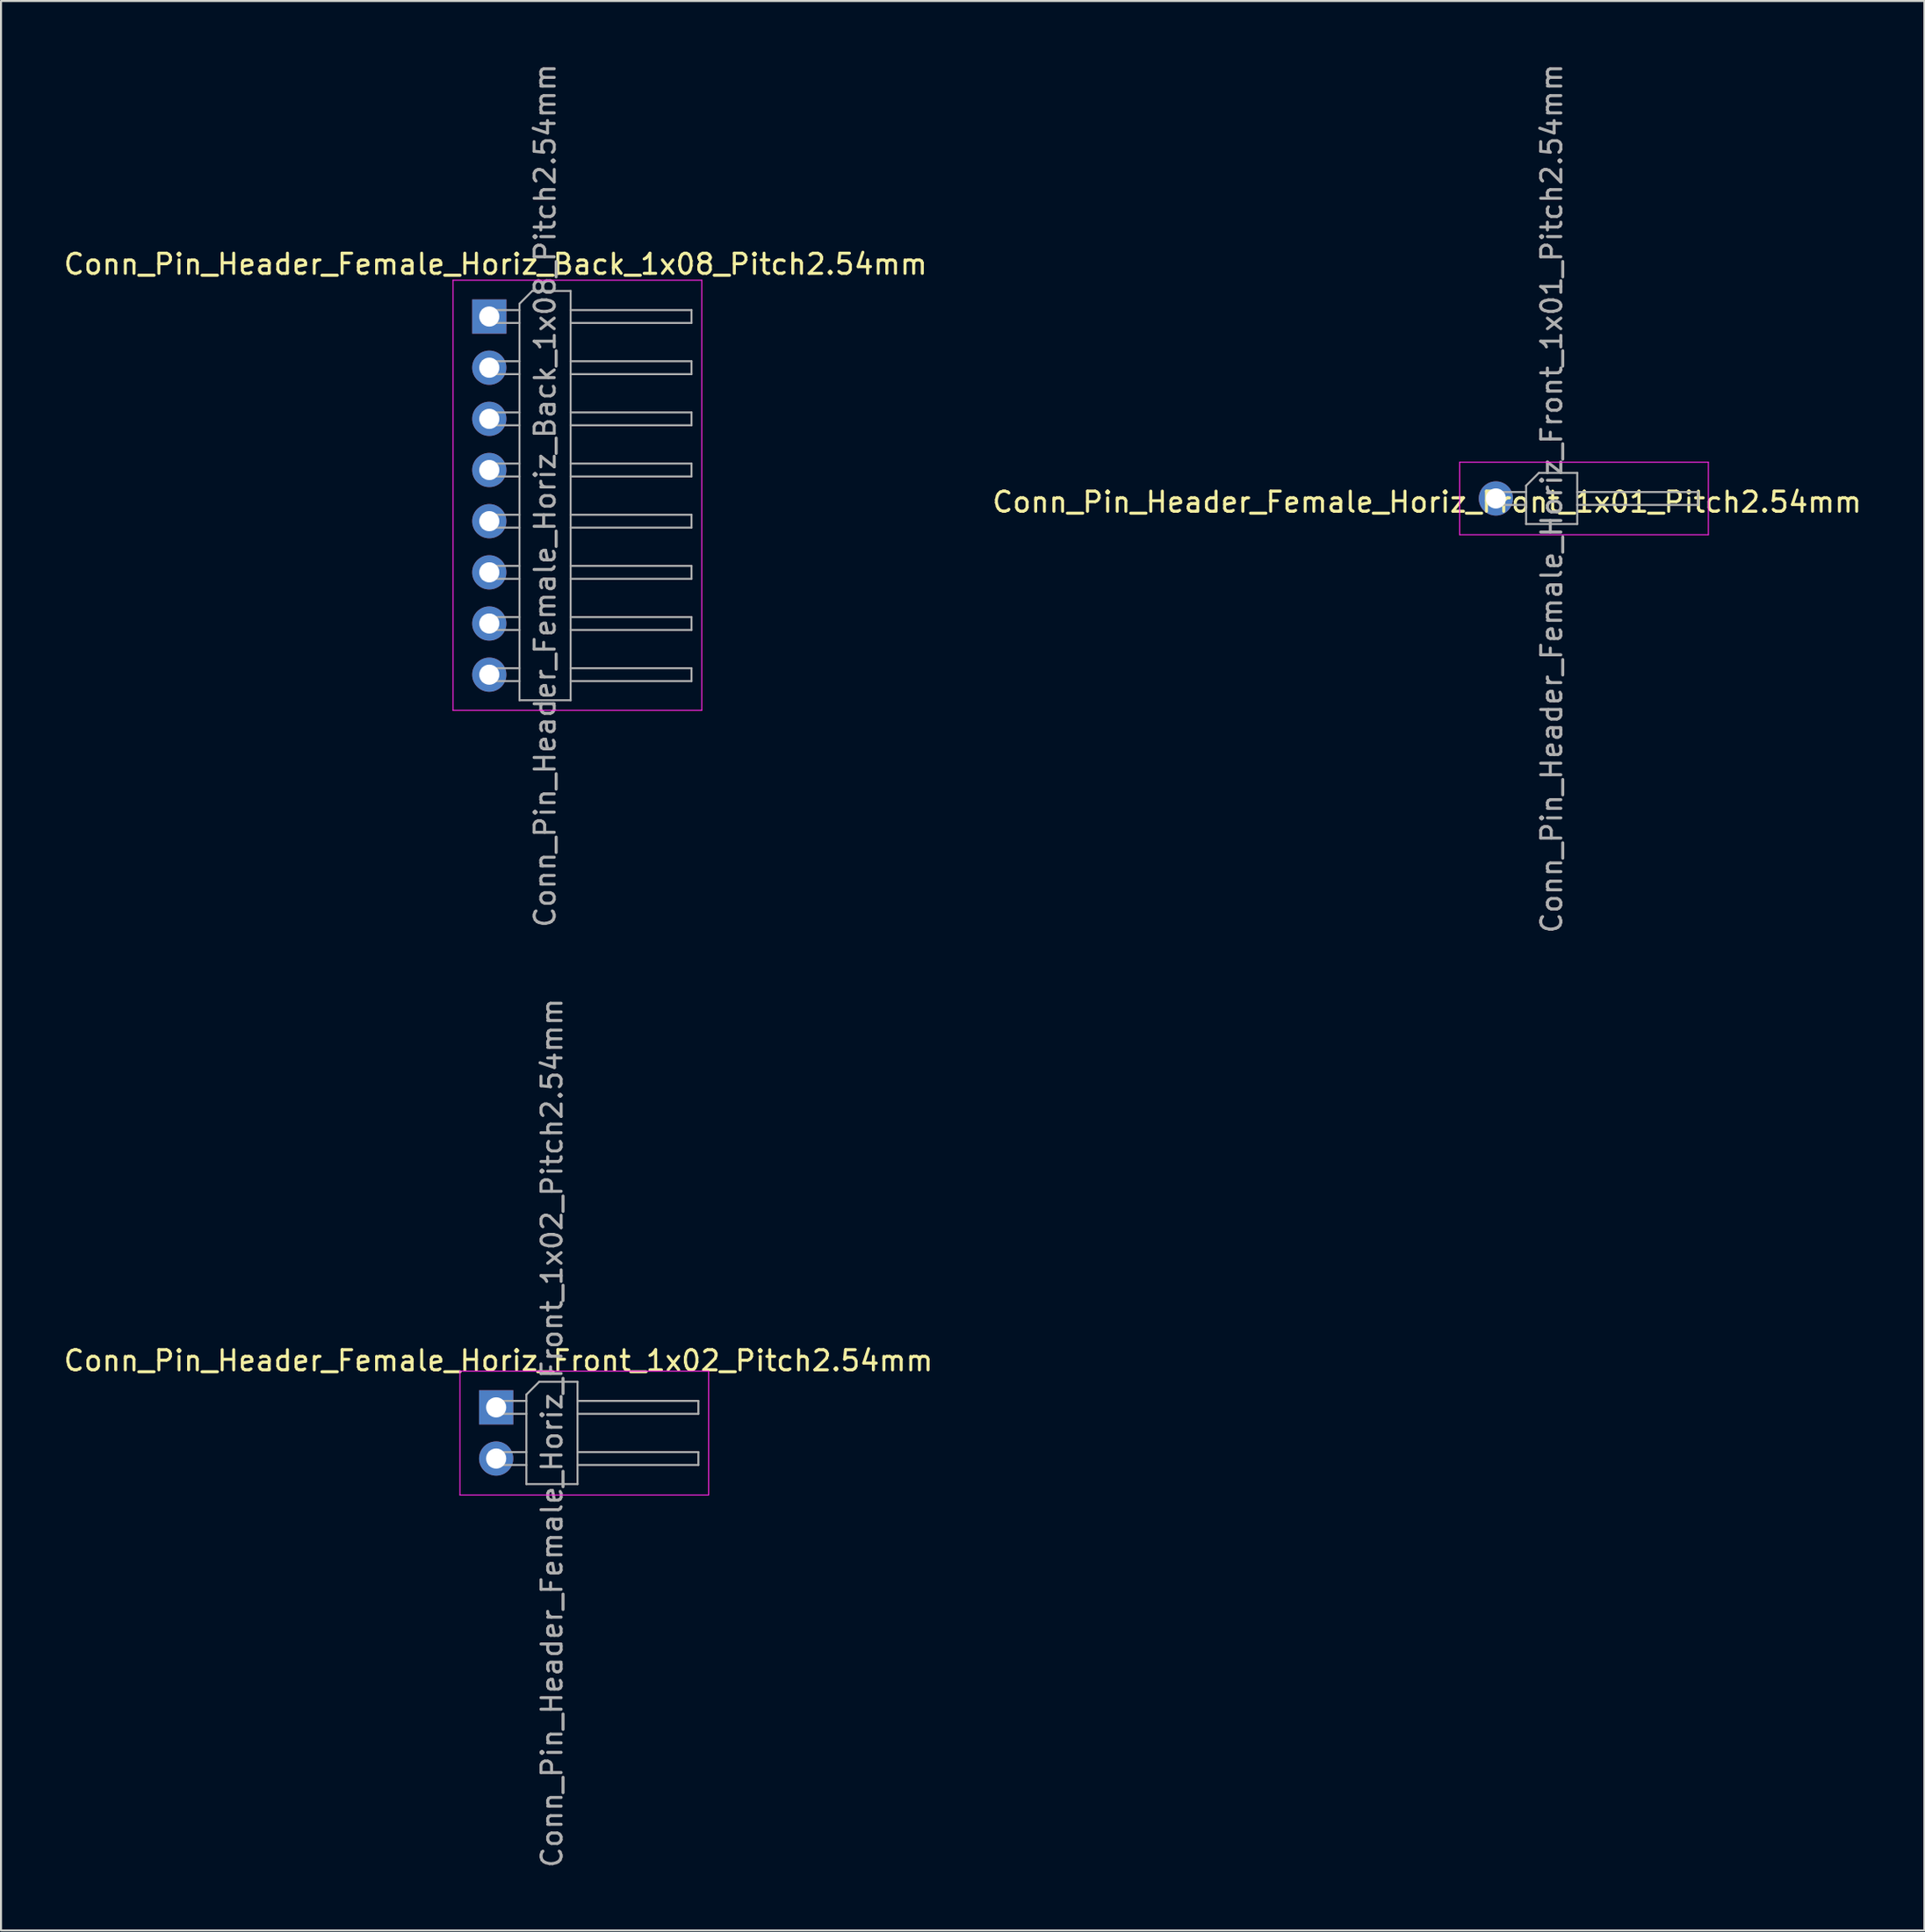
<source format=kicad_pcb>
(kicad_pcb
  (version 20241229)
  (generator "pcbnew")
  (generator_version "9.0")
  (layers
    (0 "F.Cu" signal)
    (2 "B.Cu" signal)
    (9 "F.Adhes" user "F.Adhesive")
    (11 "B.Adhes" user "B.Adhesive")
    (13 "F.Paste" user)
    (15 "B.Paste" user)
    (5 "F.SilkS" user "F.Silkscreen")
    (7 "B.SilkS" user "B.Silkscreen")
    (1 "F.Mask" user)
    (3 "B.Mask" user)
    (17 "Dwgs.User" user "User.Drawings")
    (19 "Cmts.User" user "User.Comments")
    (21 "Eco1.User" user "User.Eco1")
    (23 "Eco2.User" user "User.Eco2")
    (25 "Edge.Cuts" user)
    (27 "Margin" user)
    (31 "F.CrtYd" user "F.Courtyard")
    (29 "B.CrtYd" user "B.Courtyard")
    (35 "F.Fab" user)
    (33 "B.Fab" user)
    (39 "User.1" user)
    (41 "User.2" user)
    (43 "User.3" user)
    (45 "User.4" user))
  (footprint "Conn_Pin_Header_Female_Horiz_Front_1x01_Pitch2.54mm"
    (layer "F.Cu")
    (at 71.224 21.696)
    (property "Reference" "Conn_Pin_Header_Female_Horiz_Front_1x01_Pitch2.54mm" (at -3.42 0.18 0) (layer "F.SilkS") (effects (font (size 1 1) (thickness 0.15))))
    (attr through_hole)
    (fp_line (start -1.8 -1.8) (end -1.8 1.8) (stroke (width 0.05) (type solid)) (layer "F.CrtYd"))
    (fp_line (start -1.8 1.8) (end 10.55 1.8) (stroke (width 0.05) (type solid)) (layer "F.CrtYd"))
    (fp_line (start 10.55 -1.8) (end -1.8 -1.8) (stroke (width 0.05) (type solid)) (layer "F.CrtYd"))
    (fp_line (start 10.55 1.8) (end 10.55 -1.8) (stroke (width 0.05) (type solid)) (layer "F.CrtYd"))
    (fp_line (start -0.32 -0.32) (end -0.32 0.32) (stroke (width 0.1) (type solid)) (layer "F.Fab"))
    (fp_line (start -0.32 -0.32) (end 1.5 -0.32) (stroke (width 0.1) (type solid)) (layer "F.Fab"))
    (fp_line (start -0.32 0.32) (end 1.5 0.32) (stroke (width 0.1) (type solid)) (layer "F.Fab"))
    (fp_line (start 1.5 -0.635) (end 2.135 -1.27) (stroke (width 0.1) (type solid)) (layer "F.Fab"))
    (fp_line (start 1.5 1.27) (end 1.5 -0.635) (stroke (width 0.1) (type solid)) (layer "F.Fab"))
    (fp_line (start 2.135 -1.27) (end 4.04 -1.27) (stroke (width 0.1) (type solid)) (layer "F.Fab"))
    (fp_line (start 4.04 -1.27) (end 4.04 1.27) (stroke (width 0.1) (type solid)) (layer "F.Fab"))
    (fp_line (start 4.04 -0.32) (end 10.04 -0.32) (stroke (width 0.1) (type solid)) (layer "F.Fab"))
    (fp_line (start 4.04 0.32) (end 10.04 0.32) (stroke (width 0.1) (type solid)) (layer "F.Fab"))
    (fp_line (start 4.04 1.27) (end 1.5 1.27) (stroke (width 0.1) (type solid)) (layer "F.Fab"))
    (fp_line (start 10.04 -0.32) (end 10.04 0.32) (stroke (width 0.1) (type solid)) (layer "F.Fab"))
    (fp_text user "${REFERENCE}" (at 2.77 0 90) (layer "F.Fab") (effects (font (size 1 1) (thickness 0.15))))
    (pad "1" thru_hole circle (at 0 0) (size 1.7 1.7) (drill 1) (layers "*.Cu" "*.Mask")))
  (footprint "Conn_Pin_Header_Female_Horiz_Front_1x02_Pitch2.54mm"
    (layer "F.Cu")
    (at 21.586 66.819)
    (property "Reference" "Conn_Pin_Header_Female_Horiz_Front_1x02_Pitch2.54mm" (at 0.11 -2.32 0) (layer "F.SilkS") (effects (font (size 1 1) (thickness 0.15))))
    (attr through_hole)
    (fp_line (start -1.8 -1.8) (end -1.8 4.35) (stroke (width 0.05) (type solid)) (layer "F.CrtYd"))
    (fp_line (start -1.8 4.35) (end 10.55 4.35) (stroke (width 0.05) (type solid)) (layer "F.CrtYd"))
    (fp_line (start 10.55 -1.8) (end -1.8 -1.8) (stroke (width 0.05) (type solid)) (layer "F.CrtYd"))
    (fp_line (start 10.55 4.35) (end 10.55 -1.8) (stroke (width 0.05) (type solid)) (layer "F.CrtYd"))
    (fp_line (start -0.32 -0.32) (end -0.32 0.32) (stroke (width 0.1) (type solid)) (layer "F.Fab"))
    (fp_line (start -0.32 -0.32) (end 1.5 -0.32) (stroke (width 0.1) (type solid)) (layer "F.Fab"))
    (fp_line (start -0.32 0.32) (end 1.5 0.32) (stroke (width 0.1) (type solid)) (layer "F.Fab"))
    (fp_line (start -0.32 2.22) (end -0.32 2.86) (stroke (width 0.1) (type solid)) (layer "F.Fab"))
    (fp_line (start -0.32 2.22) (end 1.5 2.22) (stroke (width 0.1) (type solid)) (layer "F.Fab"))
    (fp_line (start -0.32 2.86) (end 1.5 2.86) (stroke (width 0.1) (type solid)) (layer "F.Fab"))
    (fp_line (start 1.5 -0.635) (end 2.135 -1.27) (stroke (width 0.1) (type solid)) (layer "F.Fab"))
    (fp_line (start 1.5 3.81) (end 1.5 -0.635) (stroke (width 0.1) (type solid)) (layer "F.Fab"))
    (fp_line (start 2.135 -1.27) (end 4.04 -1.27) (stroke (width 0.1) (type solid)) (layer "F.Fab"))
    (fp_line (start 4.04 -1.27) (end 4.04 3.81) (stroke (width 0.1) (type solid)) (layer "F.Fab"))
    (fp_line (start 4.04 -0.32) (end 10.04 -0.32) (stroke (width 0.1) (type solid)) (layer "F.Fab"))
    (fp_line (start 4.04 0.32) (end 10.04 0.32) (stroke (width 0.1) (type solid)) (layer "F.Fab"))
    (fp_line (start 4.04 2.22) (end 10.04 2.22) (stroke (width 0.1) (type solid)) (layer "F.Fab"))
    (fp_line (start 4.04 2.86) (end 10.04 2.86) (stroke (width 0.1) (type solid)) (layer "F.Fab"))
    (fp_line (start 4.04 3.81) (end 1.5 3.81) (stroke (width 0.1) (type solid)) (layer "F.Fab"))
    (fp_line (start 10.04 -0.32) (end 10.04 0.32) (stroke (width 0.1) (type solid)) (layer "F.Fab"))
    (fp_line (start 10.04 2.22) (end 10.04 2.86) (stroke (width 0.1) (type solid)) (layer "F.Fab"))
    (fp_text user "${REFERENCE}" (at 2.77 1.27 90) (layer "F.Fab") (effects (font (size 1 1) (thickness 0.15))))
    (pad "1" thru_hole rect (at 0 0) (size 1.7 1.7) (drill 1) (layers "*.Cu" "*.Mask"))
    (pad "2" thru_hole oval (at 0 2.54) (size 1.7 1.7) (drill 1) (layers "*.Cu" "*.Mask")))
  (footprint "Conn_Pin_Header_Female_Horiz_Back_1x08_Pitch2.54mm"
    (layer "F.Cu")
    (at 21.244 12.664)
    (property "Reference" "Conn_Pin_Header_Female_Horiz_Back_1x08_Pitch2.54mm" (at 0.31 -2.6 0) (layer "F.SilkS") (effects (font (size 1 1) (thickness 0.15))))
    (attr through_hole)
    (fp_line (start -1.8 -1.8) (end -1.8 19.55) (stroke (width 0.05) (type solid)) (layer "F.CrtYd"))
    (fp_line (start -1.8 19.55) (end 10.55 19.55) (stroke (width 0.05) (type solid)) (layer "F.CrtYd"))
    (fp_line (start 10.55 -1.8) (end -1.8 -1.8) (stroke (width 0.05) (type solid)) (layer "F.CrtYd"))
    (fp_line (start 10.55 19.55) (end 10.55 -1.8) (stroke (width 0.05) (type solid)) (layer "F.CrtYd"))
    (fp_line (start -0.32 -0.32) (end -0.32 0.32) (stroke (width 0.1) (type solid)) (layer "F.Fab"))
    (fp_line (start -0.32 -0.32) (end 1.5 -0.32) (stroke (width 0.1) (type solid)) (layer "F.Fab"))
    (fp_line (start -0.32 0.32) (end 1.5 0.32) (stroke (width 0.1) (type solid)) (layer "F.Fab"))
    (fp_line (start -0.32 2.22) (end -0.32 2.86) (stroke (width 0.1) (type solid)) (layer "F.Fab"))
    (fp_line (start -0.32 2.22) (end 1.5 2.22) (stroke (width 0.1) (type solid)) (layer "F.Fab"))
    (fp_line (start -0.32 2.86) (end 1.5 2.86) (stroke (width 0.1) (type solid)) (layer "F.Fab"))
    (fp_line (start -0.32 4.76) (end -0.32 5.4) (stroke (width 0.1) (type solid)) (layer "F.Fab"))
    (fp_line (start -0.32 4.76) (end 1.5 4.76) (stroke (width 0.1) (type solid)) (layer "F.Fab"))
    (fp_line (start -0.32 5.4) (end 1.5 5.4) (stroke (width 0.1) (type solid)) (layer "F.Fab"))
    (fp_line (start -0.32 7.3) (end -0.32 7.94) (stroke (width 0.1) (type solid)) (layer "F.Fab"))
    (fp_line (start -0.32 7.3) (end 1.5 7.3) (stroke (width 0.1) (type solid)) (layer "F.Fab"))
    (fp_line (start -0.32 7.94) (end 1.5 7.94) (stroke (width 0.1) (type solid)) (layer "F.Fab"))
    (fp_line (start -0.32 9.84) (end -0.32 10.48) (stroke (width 0.1) (type solid)) (layer "F.Fab"))
    (fp_line (start -0.32 9.84) (end 1.5 9.84) (stroke (width 0.1) (type solid)) (layer "F.Fab"))
    (fp_line (start -0.32 10.48) (end 1.5 10.48) (stroke (width 0.1) (type solid)) (layer "F.Fab"))
    (fp_line (start -0.32 12.38) (end -0.32 13.02) (stroke (width 0.1) (type solid)) (layer "F.Fab"))
    (fp_line (start -0.32 12.38) (end 1.5 12.38) (stroke (width 0.1) (type solid)) (layer "F.Fab"))
    (fp_line (start -0.32 13.02) (end 1.5 13.02) (stroke (width 0.1) (type solid)) (layer "F.Fab"))
    (fp_line (start -0.32 14.92) (end -0.32 15.56) (stroke (width 0.1) (type solid)) (layer "F.Fab"))
    (fp_line (start -0.32 14.92) (end 1.5 14.92) (stroke (width 0.1) (type solid)) (layer "F.Fab"))
    (fp_line (start -0.32 15.56) (end 1.5 15.56) (stroke (width 0.1) (type solid)) (layer "F.Fab"))
    (fp_line (start -0.32 17.46) (end -0.32 18.1) (stroke (width 0.1) (type solid)) (layer "F.Fab"))
    (fp_line (start -0.32 17.46) (end 1.5 17.46) (stroke (width 0.1) (type solid)) (layer "F.Fab"))
    (fp_line (start -0.32 18.1) (end 1.5 18.1) (stroke (width 0.1) (type solid)) (layer "F.Fab"))
    (fp_line (start 1.5 -0.635) (end 2.135 -1.27) (stroke (width 0.1) (type solid)) (layer "F.Fab"))
    (fp_line (start 1.5 19.05) (end 1.5 -0.635) (stroke (width 0.1) (type solid)) (layer "F.Fab"))
    (fp_line (start 2.135 -1.27) (end 4.04 -1.27) (stroke (width 0.1) (type solid)) (layer "F.Fab"))
    (fp_line (start 4.04 -1.27) (end 4.04 19.05) (stroke (width 0.1) (type solid)) (layer "F.Fab"))
    (fp_line (start 4.04 -0.32) (end 10.04 -0.32) (stroke (width 0.1) (type solid)) (layer "F.Fab"))
    (fp_line (start 4.04 0.32) (end 10.04 0.32) (stroke (width 0.1) (type solid)) (layer "F.Fab"))
    (fp_line (start 4.04 2.22) (end 10.04 2.22) (stroke (width 0.1) (type solid)) (layer "F.Fab"))
    (fp_line (start 4.04 2.86) (end 10.04 2.86) (stroke (width 0.1) (type solid)) (layer "F.Fab"))
    (fp_line (start 4.04 4.76) (end 10.04 4.76) (stroke (width 0.1) (type solid)) (layer "F.Fab"))
    (fp_line (start 4.04 5.4) (end 10.04 5.4) (stroke (width 0.1) (type solid)) (layer "F.Fab"))
    (fp_line (start 4.04 7.3) (end 10.04 7.3) (stroke (width 0.1) (type solid)) (layer "F.Fab"))
    (fp_line (start 4.04 7.94) (end 10.04 7.94) (stroke (width 0.1) (type solid)) (layer "F.Fab"))
    (fp_line (start 4.04 9.84) (end 10.04 9.84) (stroke (width 0.1) (type solid)) (layer "F.Fab"))
    (fp_line (start 4.04 10.48) (end 10.04 10.48) (stroke (width 0.1) (type solid)) (layer "F.Fab"))
    (fp_line (start 4.04 12.38) (end 10.04 12.38) (stroke (width 0.1) (type solid)) (layer "F.Fab"))
    (fp_line (start 4.04 13.02) (end 10.04 13.02) (stroke (width 0.1) (type solid)) (layer "F.Fab"))
    (fp_line (start 4.04 14.92) (end 10.04 14.92) (stroke (width 0.1) (type solid)) (layer "F.Fab"))
    (fp_line (start 4.04 15.56) (end 10.04 15.56) (stroke (width 0.1) (type solid)) (layer "F.Fab"))
    (fp_line (start 4.04 17.46) (end 10.04 17.46) (stroke (width 0.1) (type solid)) (layer "F.Fab"))
    (fp_line (start 4.04 18.1) (end 10.04 18.1) (stroke (width 0.1) (type solid)) (layer "F.Fab"))
    (fp_line (start 4.04 19.05) (end 1.5 19.05) (stroke (width 0.1) (type solid)) (layer "F.Fab"))
    (fp_line (start 10.04 -0.32) (end 10.04 0.32) (stroke (width 0.1) (type solid)) (layer "F.Fab"))
    (fp_line (start 10.04 2.22) (end 10.04 2.86) (stroke (width 0.1) (type solid)) (layer "F.Fab"))
    (fp_line (start 10.04 4.76) (end 10.04 5.4) (stroke (width 0.1) (type solid)) (layer "F.Fab"))
    (fp_line (start 10.04 7.3) (end 10.04 7.94) (stroke (width 0.1) (type solid)) (layer "F.Fab"))
    (fp_line (start 10.04 9.84) (end 10.04 10.48) (stroke (width 0.1) (type solid)) (layer "F.Fab"))
    (fp_line (start 10.04 12.38) (end 10.04 13.02) (stroke (width 0.1) (type solid)) (layer "F.Fab"))
    (fp_line (start 10.04 14.92) (end 10.04 15.56) (stroke (width 0.1) (type solid)) (layer "F.Fab"))
    (fp_line (start 10.04 17.46) (end 10.04 18.1) (stroke (width 0.1) (type solid)) (layer "F.Fab"))
    (fp_text user "${REFERENCE}" (at 2.77 8.89 90) (layer "F.Fab") (effects (font (size 1 1) (thickness 0.15))))
    (pad "1" thru_hole rect (at 0 0) (size 1.7 1.7) (drill 1) (layers "*.Cu" "*.Mask"))
    (pad "2" thru_hole oval (at 0 2.54) (size 1.7 1.7) (drill 1) (layers "*.Cu" "*.Mask"))
    (pad "3" thru_hole oval (at 0 5.08) (size 1.7 1.7) (drill 1) (layers "*.Cu" "*.Mask"))
    (pad "4" thru_hole oval (at 0 7.62) (size 1.7 1.7) (drill 1) (layers "*.Cu" "*.Mask"))
    (pad "5" thru_hole oval (at 0 10.16) (size 1.7 1.7) (drill 1) (layers "*.Cu" "*.Mask"))
    (pad "6" thru_hole oval (at 0 12.7) (size 1.7 1.7) (drill 1) (layers "*.Cu" "*.Mask"))
    (pad "7" thru_hole oval (at 0 15.24) (size 1.7 1.7) (drill 1) (layers "*.Cu" "*.Mask"))
    (pad "8" thru_hole oval (at 0 17.78) (size 1.7 1.7) (drill 1) (layers "*.Cu" "*.Mask")))
  (gr_rect
    (start -3 -3)
    (end 92.5 92.786)
    (stroke (width 0.1) (type default))
    (fill no)
    (layer "Edge.Cuts")))
</source>
